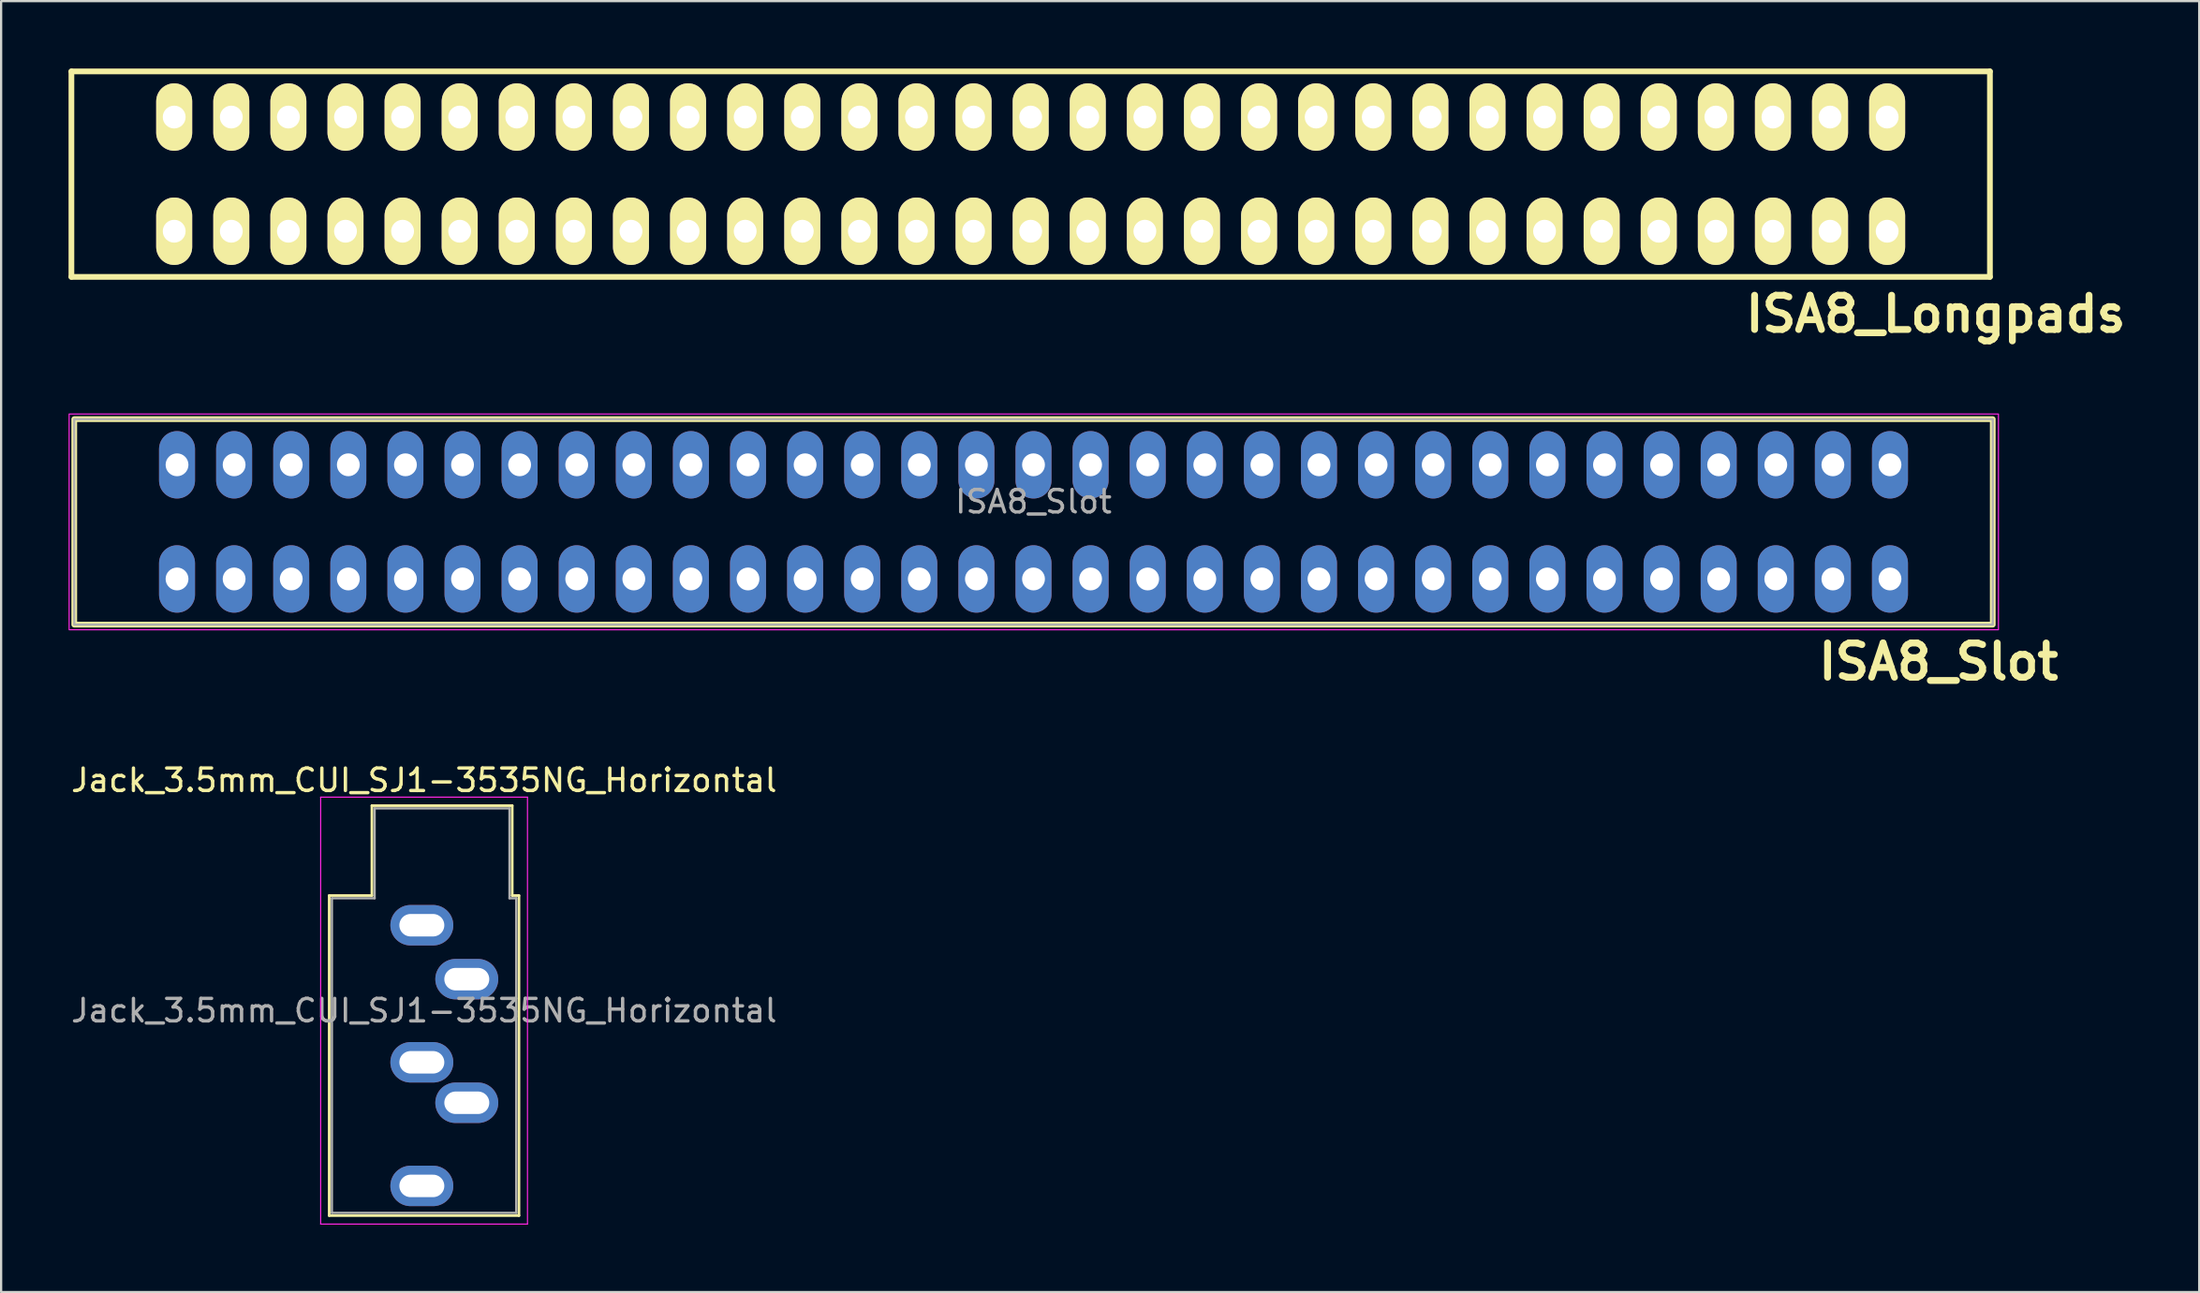
<source format=kicad_pcb>
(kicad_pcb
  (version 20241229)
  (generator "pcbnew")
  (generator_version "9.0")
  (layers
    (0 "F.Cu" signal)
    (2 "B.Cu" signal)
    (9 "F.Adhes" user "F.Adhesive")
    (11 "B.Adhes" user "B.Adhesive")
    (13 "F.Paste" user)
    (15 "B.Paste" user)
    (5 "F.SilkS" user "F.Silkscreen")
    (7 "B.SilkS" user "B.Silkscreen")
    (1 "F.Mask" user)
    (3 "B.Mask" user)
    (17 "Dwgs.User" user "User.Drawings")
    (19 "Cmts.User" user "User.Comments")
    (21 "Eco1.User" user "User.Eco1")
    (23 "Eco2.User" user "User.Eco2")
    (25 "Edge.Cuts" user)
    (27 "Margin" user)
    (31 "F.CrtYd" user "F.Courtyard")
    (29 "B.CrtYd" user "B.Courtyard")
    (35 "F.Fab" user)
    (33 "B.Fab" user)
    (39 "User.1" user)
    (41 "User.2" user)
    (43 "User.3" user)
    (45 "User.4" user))
  (footprint "Jack_3.5mm_CUI_SJ1-3535NG_Horizontal"
    (layer "F.Cu")
    (at 15.715 38.121)
    (property "Reference" "Jack_3.5mm_CUI_SJ1-3535NG_Horizontal" (at 0.1 -6.45 0) (layer "F.SilkS") (effects (font (size 1 1) (thickness 0.15))))
    (attr through_hole)
    (fp_line (start -4.12 -1.32) (end -2.22 -1.32) (stroke (width 0.12) (type solid)) (layer "F.SilkS"))
    (fp_line (start -4.12 12.92) (end -4.12 -1.32) (stroke (width 0.12) (type solid)) (layer "F.SilkS"))
    (fp_line (start -2.22 -5.32) (end 4.02 -5.32) (stroke (width 0.12) (type solid)) (layer "F.SilkS"))
    (fp_line (start -2.22 -1.32) (end -2.22 -5.32) (stroke (width 0.12) (type solid)) (layer "F.SilkS"))
    (fp_line (start 4.02 -5.32) (end 4.02 -1.32) (stroke (width 0.12) (type solid)) (layer "F.SilkS"))
    (fp_line (start 4.02 -1.32) (end 4.32 -1.32) (stroke (width 0.12) (type solid)) (layer "F.SilkS"))
    (fp_line (start 4.32 -1.32) (end 4.32 12.92) (stroke (width 0.12) (type solid)) (layer "F.SilkS"))
    (fp_line (start 4.32 12.92) (end -4.12 12.92) (stroke (width 0.12) (type solid)) (layer "F.SilkS"))
    (fp_line (start -4.5 -5.7) (end -4.5 13.3) (stroke (width 0.05) (type solid)) (layer "F.CrtYd"))
    (fp_line (start -4.5 13.3) (end 4.7 13.3) (stroke (width 0.05) (type solid)) (layer "F.CrtYd"))
    (fp_line (start 4.7 -5.7) (end -4.5 -5.7) (stroke (width 0.05) (type solid)) (layer "F.CrtYd"))
    (fp_line (start 4.7 13.3) (end 4.7 -5.7) (stroke (width 0.05) (type solid)) (layer "F.CrtYd"))
    (fp_line (start -4 -1.2) (end -2.1 -1.2) (stroke (width 0.1) (type solid)) (layer "F.Fab"))
    (fp_line (start -4 12.8) (end -4 -1.2) (stroke (width 0.1) (type solid)) (layer "F.Fab"))
    (fp_line (start -2.1 -5.2) (end 3.9 -5.2) (stroke (width 0.1) (type solid)) (layer "F.Fab"))
    (fp_line (start -2.1 -1.2) (end -2.1 -5.2) (stroke (width 0.1) (type solid)) (layer "F.Fab"))
    (fp_line (start 3.9 -5.2) (end 3.9 -1.2) (stroke (width 0.1) (type solid)) (layer "F.Fab"))
    (fp_line (start 3.9 -1.2) (end 4.2 -1.2) (stroke (width 0.1) (type solid)) (layer "F.Fab"))
    (fp_line (start 4.2 -1.2) (end 4.2 12.8) (stroke (width 0.1) (type solid)) (layer "F.Fab"))
    (fp_line (start 4.2 12.8) (end -4 12.8) (stroke (width 0.1) (type solid)) (layer "F.Fab"))
    (fp_text user "${REFERENCE}" (at 0.1 3.8 0) (layer "F.Fab") (effects (font (size 1 1) (thickness 0.15))))
    (pad "R" thru_hole oval (at 2 7.9) (size 2.8 1.8) (drill oval 2 1) (layers "*.Cu" "*.Mask"))
    (pad "RN" thru_hole oval (at 0 6.1) (size 2.8 1.8) (drill oval 2 1) (layers "*.Cu" "*.Mask"))
    (pad "S" thru_hole oval (at 0 0) (size 2.8 1.8) (drill oval 2 1) (layers "*.Cu" "*.Mask"))
    (pad "T" thru_hole oval (at 2 2.4) (size 2.8 1.8) (drill oval 2 1) (layers "*.Cu" "*.Mask"))
    (pad "TN" thru_hole oval (at 0 11.6) (size 2.8 1.8) (drill oval 2 1) (layers "*.Cu" "*.Mask")))
  (footprint "ISA8_Slot"
    (layer "F.Cu")
    (at 42.925 20.173)
    (property "Reference" "ISA8_Slot" (at 40.259 6.223 180) (layer "F.SilkS") (effects (font (size 1.524 1.524) (thickness 0.305))))
    (attr through_hole)
    (fp_rect (start 42.672 4.572) (end -42.672 -4.572) (stroke (width 0.254) (type default)) (fill no) (layer "F.SilkS"))
    (fp_rect (start -42.9 4.8) (end 42.925 -4.8) (stroke (width 0.05) (type default)) (fill no) (layer "F.CrtYd"))
    (fp_rect (start 42.672 4.572) (end -42.672 -4.572) (stroke (width 0.1) (type default)) (fill no) (layer "F.Fab"))
    (fp_text user "${REFERENCE}" (at 0 -0.9 0) (layer "F.Fab") (effects (font (size 1 1) (thickness 0.15))))
    (pad "1" thru_hole oval (at 38.1 -2.54 180) (size 1.6 3) (drill 1.016) (layers "*.Cu" "*.Mask"))
    (pad "2" thru_hole oval (at 35.56 -2.54 180) (size 1.6 3) (drill 1.016) (layers "*.Cu" "*.Mask"))
    (pad "3" thru_hole oval (at 33.02 -2.54 180) (size 1.6 3) (drill 1.016) (layers "*.Cu" "*.Mask"))
    (pad "4" thru_hole oval (at 30.48 -2.54 180) (size 1.6 3) (drill 1.016) (layers "*.Cu" "*.Mask"))
    (pad "5" thru_hole oval (at 27.94 -2.54 180) (size 1.6 3) (drill 1.016) (layers "*.Cu" "*.Mask"))
    (pad "6" thru_hole oval (at 25.4 -2.54 180) (size 1.6 3) (drill 1.016) (layers "*.Cu" "*.Mask"))
    (pad "7" thru_hole oval (at 22.86 -2.54 180) (size 1.6 3) (drill 1.016) (layers "*.Cu" "*.Mask"))
    (pad "8" thru_hole oval (at 20.32 -2.54 180) (size 1.6 3) (drill 1.016) (layers "*.Cu" "*.Mask"))
    (pad "9" thru_hole oval (at 17.78 -2.54 180) (size 1.6 3) (drill 1.016) (layers "*.Cu" "*.Mask"))
    (pad "10" thru_hole oval (at 15.24 -2.54 180) (size 1.6 3) (drill 1.016) (layers "*.Cu" "*.Mask"))
    (pad "11" thru_hole oval (at 12.7 -2.54 180) (size 1.6 3) (drill 1.016) (layers "*.Cu" "*.Mask"))
    (pad "12" thru_hole oval (at 10.16 -2.54 180) (size 1.6 3) (drill 1.016) (layers "*.Cu" "*.Mask"))
    (pad "13" thru_hole oval (at 7.62 -2.54 180) (size 1.6 3) (drill 1.016) (layers "*.Cu" "*.Mask"))
    (pad "14" thru_hole oval (at 5.08 -2.54 180) (size 1.6 3) (drill 1.016) (layers "*.Cu" "*.Mask"))
    (pad "15" thru_hole oval (at 2.54 -2.54 180) (size 1.6 3) (drill 1.016) (layers "*.Cu" "*.Mask"))
    (pad "16" thru_hole oval (at 0 -2.54 180) (size 1.6 3) (drill 1.016) (layers "*.Cu" "*.Mask"))
    (pad "17" thru_hole oval (at -2.54 -2.54 180) (size 1.6 3) (drill 1.016) (layers "*.Cu" "*.Mask"))
    (pad "18" thru_hole oval (at -5.08 -2.54 180) (size 1.6 3) (drill 1.016) (layers "*.Cu" "*.Mask"))
    (pad "19" thru_hole oval (at -7.62 -2.54 180) (size 1.6 3) (drill 1.016) (layers "*.Cu" "*.Mask"))
    (pad "20" thru_hole oval (at -10.16 -2.54 180) (size 1.6 3) (drill 1.016) (layers "*.Cu" "*.Mask"))
    (pad "21" thru_hole oval (at -12.7 -2.54 180) (size 1.6 3) (drill 1.016) (layers "*.Cu" "*.Mask"))
    (pad "22" thru_hole oval (at -15.24 -2.54 180) (size 1.6 3) (drill 1.016) (layers "*.Cu" "*.Mask"))
    (pad "23" thru_hole oval (at -17.78 -2.54 180) (size 1.6 3) (drill 1.016) (layers "*.Cu" "*.Mask"))
    (pad "24" thru_hole oval (at -20.32 -2.54 180) (size 1.6 3) (drill 1.016) (layers "*.Cu" "*.Mask"))
    (pad "25" thru_hole oval (at -22.86 -2.54 180) (size 1.6 3) (drill 1.016) (layers "*.Cu" "*.Mask"))
    (pad "26" thru_hole oval (at -25.4 -2.54 180) (size 1.6 3) (drill 1.016) (layers "*.Cu" "*.Mask"))
    (pad "27" thru_hole oval (at -27.94 -2.54 180) (size 1.6 3) (drill 1.016) (layers "*.Cu" "*.Mask"))
    (pad "28" thru_hole oval (at -30.48 -2.54 180) (size 1.6 3) (drill 1.016) (layers "*.Cu" "*.Mask"))
    (pad "29" thru_hole oval (at -33.02 -2.54 180) (size 1.6 3) (drill 1.016) (layers "*.Cu" "*.Mask"))
    (pad "30" thru_hole oval (at -35.56 -2.54 180) (size 1.6 3) (drill 1.016) (layers "*.Cu" "*.Mask"))
    (pad "31" thru_hole oval (at -38.1 -2.54 180) (size 1.6 3) (drill 1.016) (layers "*.Cu" "*.Mask"))
    (pad "32" thru_hole oval (at 38.1 2.54 180) (size 1.6 3) (drill 1.016) (layers "*.Cu" "*.Mask"))
    (pad "33" thru_hole oval (at 35.56 2.54 180) (size 1.6 3) (drill 1.016) (layers "*.Cu" "*.Mask"))
    (pad "34" thru_hole oval (at 33.02 2.54 180) (size 1.6 3) (drill 1.016) (layers "*.Cu" "*.Mask"))
    (pad "35" thru_hole oval (at 30.48 2.54 180) (size 1.6 3) (drill 1.016) (layers "*.Cu" "*.Mask"))
    (pad "36" thru_hole oval (at 27.94 2.54 180) (size 1.6 3) (drill 1.016) (layers "*.Cu" "*.Mask"))
    (pad "37" thru_hole oval (at 25.4 2.54 180) (size 1.6 3) (drill 1.016) (layers "*.Cu" "*.Mask"))
    (pad "38" thru_hole oval (at 22.86 2.54 180) (size 1.6 3) (drill 1.016) (layers "*.Cu" "*.Mask"))
    (pad "39" thru_hole oval (at 20.32 2.54 180) (size 1.6 3) (drill 1.016) (layers "*.Cu" "*.Mask"))
    (pad "40" thru_hole oval (at 17.78 2.54 180) (size 1.6 3) (drill 1.016) (layers "*.Cu" "*.Mask"))
    (pad "41" thru_hole oval (at 15.24 2.54 180) (size 1.6 3) (drill 1.016) (layers "*.Cu" "*.Mask"))
    (pad "42" thru_hole oval (at 12.7 2.54 180) (size 1.6 3) (drill 1.016) (layers "*.Cu" "*.Mask"))
    (pad "43" thru_hole oval (at 10.16 2.54 180) (size 1.6 3) (drill 1.016) (layers "*.Cu" "*.Mask"))
    (pad "44" thru_hole oval (at 7.62 2.54 180) (size 1.6 3) (drill 1.016) (layers "*.Cu" "*.Mask"))
    (pad "45" thru_hole oval (at 5.08 2.54 180) (size 1.6 3) (drill 1.016) (layers "*.Cu" "*.Mask"))
    (pad "46" thru_hole oval (at 2.54 2.54 180) (size 1.6 3) (drill 1.016) (layers "*.Cu" "*.Mask"))
    (pad "47" thru_hole oval (at 0 2.54 180) (size 1.6 3) (drill 1.016) (layers "*.Cu" "*.Mask"))
    (pad "48" thru_hole oval (at -2.54 2.54 180) (size 1.6 3) (drill 1.016) (layers "*.Cu" "*.Mask"))
    (pad "49" thru_hole oval (at -5.08 2.54 180) (size 1.6 3) (drill 1.016) (layers "*.Cu" "*.Mask"))
    (pad "50" thru_hole oval (at -7.62 2.54 180) (size 1.6 3) (drill 1.016) (layers "*.Cu" "*.Mask"))
    (pad "51" thru_hole oval (at -10.16 2.54 180) (size 1.6 3) (drill 1.016) (layers "*.Cu" "*.Mask"))
    (pad "52" thru_hole oval (at -12.7 2.54 180) (size 1.6 3) (drill 1.016) (layers "*.Cu" "*.Mask"))
    (pad "53" thru_hole oval (at -15.24 2.54 180) (size 1.6 3) (drill 1.016) (layers "*.Cu" "*.Mask"))
    (pad "54" thru_hole oval (at -17.78 2.54 180) (size 1.6 3) (drill 1.016) (layers "*.Cu" "*.Mask"))
    (pad "55" thru_hole oval (at -20.32 2.54 180) (size 1.6 3) (drill 1.016) (layers "*.Cu" "*.Mask"))
    (pad "56" thru_hole oval (at -22.86 2.54 180) (size 1.6 3) (drill 1.016) (layers "*.Cu" "*.Mask"))
    (pad "57" thru_hole oval (at -25.4 2.54 180) (size 1.6 3) (drill 1.016) (layers "*.Cu" "*.Mask"))
    (pad "58" thru_hole oval (at -27.94 2.54 180) (size 1.6 3) (drill 1.016) (layers "*.Cu" "*.Mask"))
    (pad "59" thru_hole oval (at -30.48 2.54 180) (size 1.6 3) (drill 1.016) (layers "*.Cu" "*.Mask"))
    (pad "60" thru_hole oval (at -33.02 2.54 180) (size 1.6 3) (drill 1.016) (layers "*.Cu" "*.Mask"))
    (pad "61" thru_hole oval (at -35.56 2.54 180) (size 1.6 3) (drill 1.016) (layers "*.Cu" "*.Mask"))
    (pad "62" thru_hole oval (at -38.1 2.54 180) (size 1.6 3) (drill 1.016) (layers "*.Cu" "*.Mask")))
  (footprint "ISA8_Longpads"
    (layer "F.Cu")
    (at 42.799 4.699)
    (property "Reference" "ISA8_Longpads" (at 40.259 6.223 180) (layer "F.SilkS") (effects (font (size 1.524 1.524) (thickness 0.305))))
    (attr through_hole)
    (fp_line (start -42.672 -4.572) (end 42.672 -4.572) (stroke (width 0.254) (type solid)) (layer "F.SilkS"))
    (fp_line (start -42.672 4.572) (end -42.672 -4.572) (stroke (width 0.254) (type solid)) (layer "F.SilkS"))
    (fp_line (start 42.672 -4.572) (end 42.672 4.572) (stroke (width 0.254) (type solid)) (layer "F.SilkS"))
    (fp_line (start 42.672 4.572) (end -42.672 4.572) (stroke (width 0.254) (type solid)) (layer "F.SilkS"))
    (pad "1" thru_hole oval (at 38.1 -2.54 180) (size 1.6 3) (drill 1.016) (layers "*.Cu" "*.Mask" "F.SilkS"))
    (pad "2" thru_hole oval (at 35.56 -2.54 180) (size 1.6 3) (drill 1.016) (layers "*.Cu" "*.Mask" "F.SilkS"))
    (pad "3" thru_hole oval (at 33.02 -2.54 180) (size 1.6 3) (drill 1.016) (layers "*.Cu" "*.Mask" "F.SilkS"))
    (pad "4" thru_hole oval (at 30.48 -2.54 180) (size 1.6 3) (drill 1.016) (layers "*.Cu" "*.Mask" "F.SilkS"))
    (pad "5" thru_hole oval (at 27.94 -2.54 180) (size 1.6 3) (drill 1.016) (layers "*.Cu" "*.Mask" "F.SilkS"))
    (pad "6" thru_hole oval (at 25.4 -2.54 180) (size 1.6 3) (drill 1.016) (layers "*.Cu" "*.Mask" "F.SilkS"))
    (pad "7" thru_hole oval (at 22.86 -2.54 180) (size 1.6 3) (drill 1.016) (layers "*.Cu" "*.Mask" "F.SilkS"))
    (pad "8" thru_hole oval (at 20.32 -2.54 180) (size 1.6 3) (drill 1.016) (layers "*.Cu" "*.Mask" "F.SilkS"))
    (pad "9" thru_hole oval (at 17.78 -2.54 180) (size 1.6 3) (drill 1.016) (layers "*.Cu" "*.Mask" "F.SilkS"))
    (pad "10" thru_hole oval (at 15.24 -2.54 180) (size 1.6 3) (drill 1.016) (layers "*.Cu" "*.Mask" "F.SilkS"))
    (pad "11" thru_hole oval (at 12.7 -2.54 180) (size 1.6 3) (drill 1.016) (layers "*.Cu" "*.Mask" "F.SilkS"))
    (pad "12" thru_hole oval (at 10.16 -2.54 180) (size 1.6 3) (drill 1.016) (layers "*.Cu" "*.Mask" "F.SilkS"))
    (pad "13" thru_hole oval (at 7.62 -2.54 180) (size 1.6 3) (drill 1.016) (layers "*.Cu" "*.Mask" "F.SilkS"))
    (pad "14" thru_hole oval (at 5.08 -2.54 180) (size 1.6 3) (drill 1.016) (layers "*.Cu" "*.Mask" "F.SilkS"))
    (pad "15" thru_hole oval (at 2.54 -2.54 180) (size 1.6 3) (drill 1.016) (layers "*.Cu" "*.Mask" "F.SilkS"))
    (pad "16" thru_hole oval (at 0 -2.54 180) (size 1.6 3) (drill 1.016) (layers "*.Cu" "*.Mask" "F.SilkS"))
    (pad "17" thru_hole oval (at -2.54 -2.54 180) (size 1.6 3) (drill 1.016) (layers "*.Cu" "*.Mask" "F.SilkS"))
    (pad "18" thru_hole oval (at -5.08 -2.54 180) (size 1.6 3) (drill 1.016) (layers "*.Cu" "*.Mask" "F.SilkS"))
    (pad "19" thru_hole oval (at -7.62 -2.54 180) (size 1.6 3) (drill 1.016) (layers "*.Cu" "*.Mask" "F.SilkS"))
    (pad "20" thru_hole oval (at -10.16 -2.54 180) (size 1.6 3) (drill 1.016) (layers "*.Cu" "*.Mask" "F.SilkS"))
    (pad "21" thru_hole oval (at -12.7 -2.54 180) (size 1.6 3) (drill 1.016) (layers "*.Cu" "*.Mask" "F.SilkS"))
    (pad "22" thru_hole oval (at -15.24 -2.54 180) (size 1.6 3) (drill 1.016) (layers "*.Cu" "*.Mask" "F.SilkS"))
    (pad "23" thru_hole oval (at -17.78 -2.54 180) (size 1.6 3) (drill 1.016) (layers "*.Cu" "*.Mask" "F.SilkS"))
    (pad "24" thru_hole oval (at -20.32 -2.54 180) (size 1.6 3) (drill 1.016) (layers "*.Cu" "*.Mask" "F.SilkS"))
    (pad "25" thru_hole oval (at -22.86 -2.54 180) (size 1.6 3) (drill 1.016) (layers "*.Cu" "*.Mask" "F.SilkS"))
    (pad "26" thru_hole oval (at -25.4 -2.54 180) (size 1.6 3) (drill 1.016) (layers "*.Cu" "*.Mask" "F.SilkS"))
    (pad "27" thru_hole oval (at -27.94 -2.54 180) (size 1.6 3) (drill 1.016) (layers "*.Cu" "*.Mask" "F.SilkS"))
    (pad "28" thru_hole oval (at -30.48 -2.54 180) (size 1.6 3) (drill 1.016) (layers "*.Cu" "*.Mask" "F.SilkS"))
    (pad "29" thru_hole oval (at -33.02 -2.54 180) (size 1.6 3) (drill 1.016) (layers "*.Cu" "*.Mask" "F.SilkS"))
    (pad "30" thru_hole oval (at -35.56 -2.54 180) (size 1.6 3) (drill 1.016) (layers "*.Cu" "*.Mask" "F.SilkS"))
    (pad "31" thru_hole oval (at -38.1 -2.54 180) (size 1.6 3) (drill 1.016) (layers "*.Cu" "*.Mask" "F.SilkS"))
    (pad "32" thru_hole oval (at 38.1 2.54 180) (size 1.6 3) (drill 1.016) (layers "*.Cu" "*.Mask" "F.SilkS"))
    (pad "33" thru_hole oval (at 35.56 2.54 180) (size 1.6 3) (drill 1.016) (layers "*.Cu" "*.Mask" "F.SilkS"))
    (pad "34" thru_hole oval (at 33.02 2.54 180) (size 1.6 3) (drill 1.016) (layers "*.Cu" "*.Mask" "F.SilkS"))
    (pad "35" thru_hole oval (at 30.48 2.54 180) (size 1.6 3) (drill 1.016) (layers "*.Cu" "*.Mask" "F.SilkS"))
    (pad "36" thru_hole oval (at 27.94 2.54 180) (size 1.6 3) (drill 1.016) (layers "*.Cu" "*.Mask" "F.SilkS"))
    (pad "37" thru_hole oval (at 25.4 2.54 180) (size 1.6 3) (drill 1.016) (layers "*.Cu" "*.Mask" "F.SilkS"))
    (pad "38" thru_hole oval (at 22.86 2.54 180) (size 1.6 3) (drill 1.016) (layers "*.Cu" "*.Mask" "F.SilkS"))
    (pad "39" thru_hole oval (at 20.32 2.54 180) (size 1.6 3) (drill 1.016) (layers "*.Cu" "*.Mask" "F.SilkS"))
    (pad "40" thru_hole oval (at 17.78 2.54 180) (size 1.6 3) (drill 1.016) (layers "*.Cu" "*.Mask" "F.SilkS"))
    (pad "41" thru_hole oval (at 15.24 2.54 180) (size 1.6 3) (drill 1.016) (layers "*.Cu" "*.Mask" "F.SilkS"))
    (pad "42" thru_hole oval (at 12.7 2.54 180) (size 1.6 3) (drill 1.016) (layers "*.Cu" "*.Mask" "F.SilkS"))
    (pad "43" thru_hole oval (at 10.16 2.54 180) (size 1.6 3) (drill 1.016) (layers "*.Cu" "*.Mask" "F.SilkS"))
    (pad "44" thru_hole oval (at 7.62 2.54 180) (size 1.6 3) (drill 1.016) (layers "*.Cu" "*.Mask" "F.SilkS"))
    (pad "45" thru_hole oval (at 5.08 2.54 180) (size 1.6 3) (drill 1.016) (layers "*.Cu" "*.Mask" "F.SilkS"))
    (pad "46" thru_hole oval (at 2.54 2.54 180) (size 1.6 3) (drill 1.016) (layers "*.Cu" "*.Mask" "F.SilkS"))
    (pad "47" thru_hole oval (at 0 2.54 180) (size 1.6 3) (drill 1.016) (layers "*.Cu" "*.Mask" "F.SilkS"))
    (pad "48" thru_hole oval (at -2.54 2.54 180) (size 1.6 3) (drill 1.016) (layers "*.Cu" "*.Mask" "F.SilkS"))
    (pad "49" thru_hole oval (at -5.08 2.54 180) (size 1.6 3) (drill 1.016) (layers "*.Cu" "*.Mask" "F.SilkS"))
    (pad "50" thru_hole oval (at -7.62 2.54 180) (size 1.6 3) (drill 1.016) (layers "*.Cu" "*.Mask" "F.SilkS"))
    (pad "51" thru_hole oval (at -10.16 2.54 180) (size 1.6 3) (drill 1.016) (layers "*.Cu" "*.Mask" "F.SilkS"))
    (pad "52" thru_hole oval (at -12.7 2.54 180) (size 1.6 3) (drill 1.016) (layers "*.Cu" "*.Mask" "F.SilkS"))
    (pad "53" thru_hole oval (at -15.24 2.54 180) (size 1.6 3) (drill 1.016) (layers "*.Cu" "*.Mask" "F.SilkS"))
    (pad "54" thru_hole oval (at -17.78 2.54 180) (size 1.6 3) (drill 1.016) (layers "*.Cu" "*.Mask" "F.SilkS"))
    (pad "55" thru_hole oval (at -20.32 2.54 180) (size 1.6 3) (drill 1.016) (layers "*.Cu" "*.Mask" "F.SilkS"))
    (pad "56" thru_hole oval (at -22.86 2.54 180) (size 1.6 3) (drill 1.016) (layers "*.Cu" "*.Mask" "F.SilkS"))
    (pad "57" thru_hole oval (at -25.4 2.54 180) (size 1.6 3) (drill 1.016) (layers "*.Cu" "*.Mask" "F.SilkS"))
    (pad "58" thru_hole oval (at -27.94 2.54 180) (size 1.6 3) (drill 1.016) (layers "*.Cu" "*.Mask" "F.SilkS"))
    (pad "59" thru_hole oval (at -30.48 2.54 180) (size 1.6 3) (drill 1.016) (layers "*.Cu" "*.Mask" "F.SilkS"))
    (pad "60" thru_hole oval (at -33.02 2.54 180) (size 1.6 3) (drill 1.016) (layers "*.Cu" "*.Mask" "F.SilkS"))
    (pad "61" thru_hole oval (at -35.56 2.54 180) (size 1.6 3) (drill 1.016) (layers "*.Cu" "*.Mask" "F.SilkS"))
    (pad "62" thru_hole oval (at -38.1 2.54 180) (size 1.6 3) (drill 1.016) (layers "*.Cu" "*.Mask" "F.SilkS")))
  (gr_rect
    (start -3 -3)
    (end 94.781 54.446)
    (stroke (width 0.1) (type default))
    (fill no)
    (layer "Edge.Cuts")))
</source>
